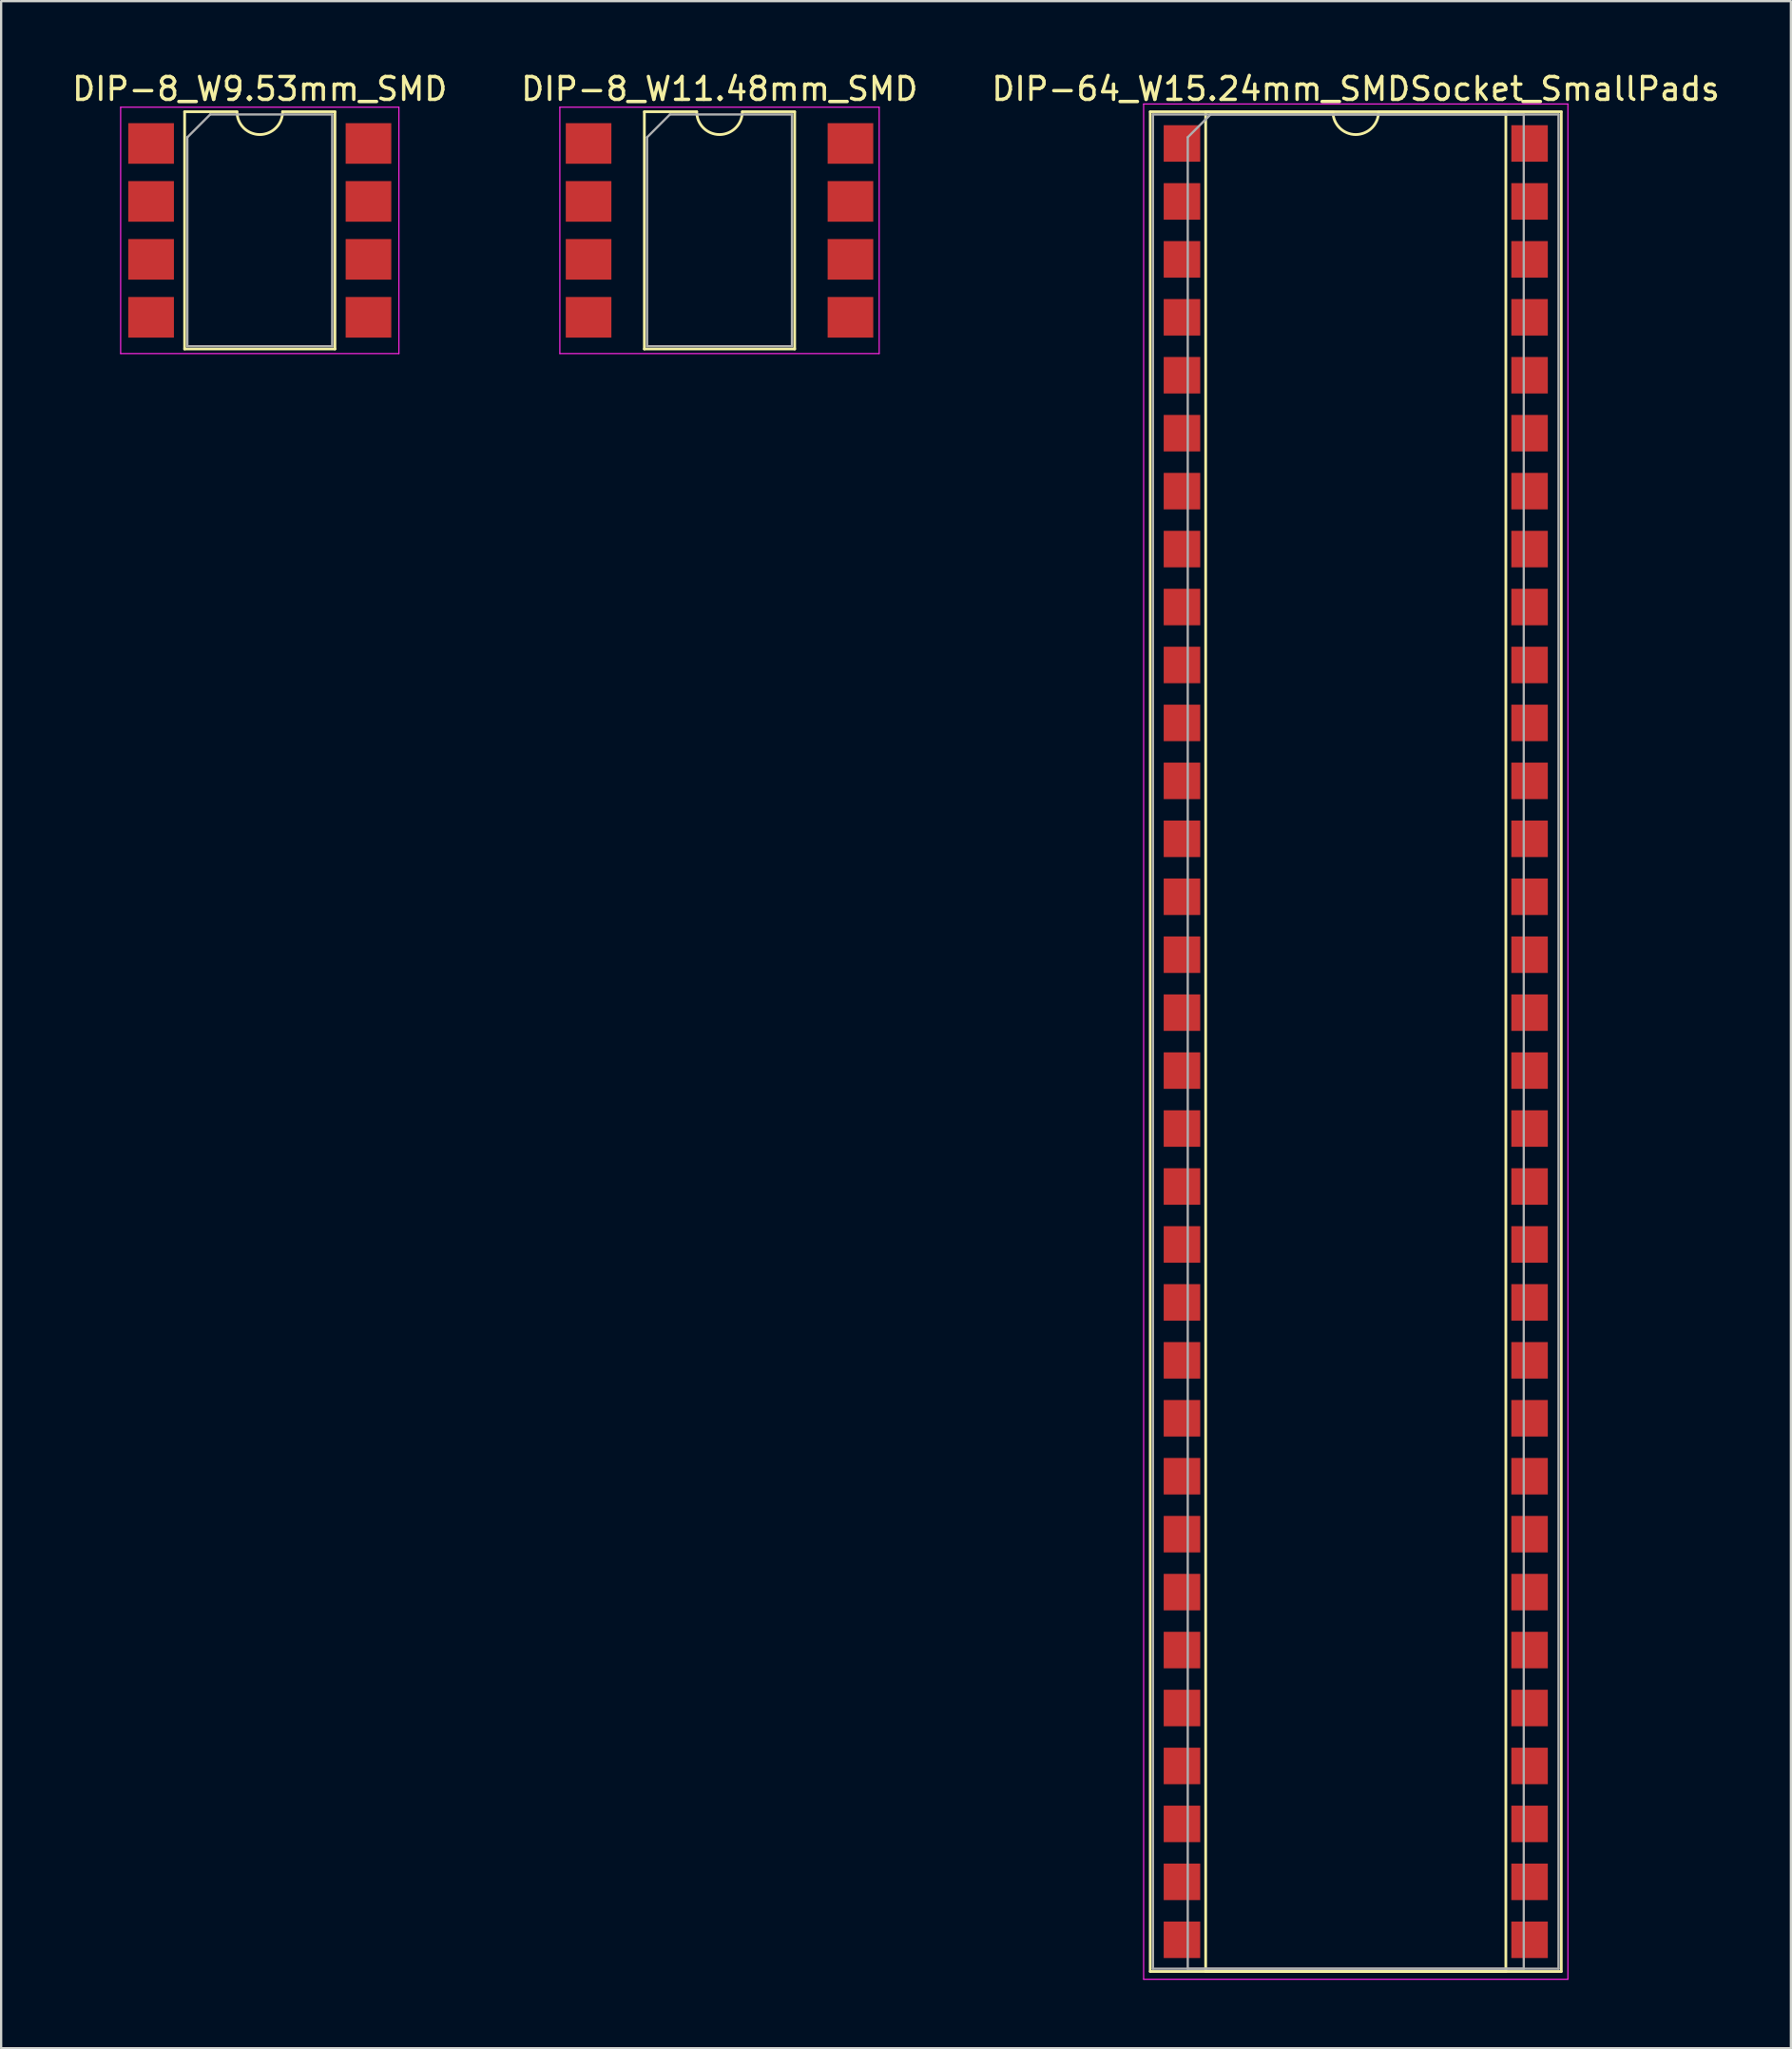
<source format=kicad_pcb>
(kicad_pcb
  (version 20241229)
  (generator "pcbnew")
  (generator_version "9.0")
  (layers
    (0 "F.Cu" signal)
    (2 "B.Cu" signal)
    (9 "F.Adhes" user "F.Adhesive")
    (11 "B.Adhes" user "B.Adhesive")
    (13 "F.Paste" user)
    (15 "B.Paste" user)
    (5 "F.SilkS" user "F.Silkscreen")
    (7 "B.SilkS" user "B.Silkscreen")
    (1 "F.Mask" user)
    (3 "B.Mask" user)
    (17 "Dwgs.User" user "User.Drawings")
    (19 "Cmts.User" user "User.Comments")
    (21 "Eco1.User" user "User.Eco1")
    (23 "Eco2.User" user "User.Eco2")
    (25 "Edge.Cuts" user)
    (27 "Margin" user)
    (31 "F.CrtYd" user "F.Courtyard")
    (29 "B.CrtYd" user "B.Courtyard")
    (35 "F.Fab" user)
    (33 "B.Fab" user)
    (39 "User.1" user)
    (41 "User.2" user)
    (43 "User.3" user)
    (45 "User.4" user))
  (footprint "DIP-8_W9.53mm_SMD"
    (layer "F.Cu")
    (at 8.339 7.048)
    (property "Reference" "DIP-8_W9.53mm_SMD" (at 0 -6.2 0) (layer "F.SilkS") (effects (font (size 1 1) (thickness 0.15))))
    (attr smd)
    (fp_line (start -3.295 -5.2) (end -3.295 5.2) (stroke (width 0.12) (type solid)) (layer "F.SilkS"))
    (fp_line (start -3.295 5.2) (end 3.295 5.2) (stroke (width 0.12) (type solid)) (layer "F.SilkS"))
    (fp_line (start -1 -5.2) (end -3.295 -5.2) (stroke (width 0.12) (type solid)) (layer "F.SilkS"))
    (fp_line (start 3.295 -5.2) (end 1 -5.2) (stroke (width 0.12) (type solid)) (layer "F.SilkS"))
    (fp_line (start 3.295 5.2) (end 3.295 -5.2) (stroke (width 0.12) (type solid)) (layer "F.SilkS"))
    (fp_arc (start 1 -5.2) (mid 0 -4.2) (end -1 -5.2) (stroke (width 0.12) (type solid)) (layer "F.SilkS"))
    (fp_line (start -6.1 -5.4) (end -6.1 5.4) (stroke (width 0.05) (type solid)) (layer "F.CrtYd"))
    (fp_line (start -6.1 5.4) (end 6.1 5.4) (stroke (width 0.05) (type solid)) (layer "F.CrtYd"))
    (fp_line (start 6.1 -5.4) (end -6.1 -5.4) (stroke (width 0.05) (type solid)) (layer "F.CrtYd"))
    (fp_line (start 6.1 5.4) (end 6.1 -5.4) (stroke (width 0.05) (type solid)) (layer "F.CrtYd"))
    (fp_line (start -3.175 -4.08) (end -2.175 -5.08) (stroke (width 0.1) (type solid)) (layer "F.Fab"))
    (fp_line (start -3.175 5.08) (end -3.175 -4.08) (stroke (width 0.1) (type solid)) (layer "F.Fab"))
    (fp_line (start -2.175 -5.08) (end 3.175 -5.08) (stroke (width 0.1) (type solid)) (layer "F.Fab"))
    (fp_line (start 3.175 -5.08) (end 3.175 5.08) (stroke (width 0.1) (type solid)) (layer "F.Fab"))
    (fp_line (start 3.175 5.08) (end -3.175 5.08) (stroke (width 0.1) (type solid)) (layer "F.Fab"))
    (pad "1" smd rect (at -4.765 -3.81) (size 2 1.78) (layers "F.Cu" "F.Mask"))
    (pad "2" smd rect (at -4.765 -1.27) (size 2 1.78) (layers "F.Cu" "F.Mask"))
    (pad "3" smd rect (at -4.765 1.27) (size 2 1.78) (layers "F.Cu" "F.Mask"))
    (pad "4" smd rect (at -4.765 3.81) (size 2 1.78) (layers "F.Cu" "F.Mask"))
    (pad "5" smd rect (at 4.765 3.81) (size 2 1.78) (layers "F.Cu" "F.Mask"))
    (pad "6" smd rect (at 4.765 1.27) (size 2 1.78) (layers "F.Cu" "F.Mask"))
    (pad "7" smd rect (at 4.765 -1.27) (size 2 1.78) (layers "F.Cu" "F.Mask"))
    (pad "8" smd rect (at 4.765 -3.81) (size 2 1.78) (layers "F.Cu" "F.Mask")))
  (footprint "DIP-64_W15.24mm_SMDSocket_SmallPads"
    (layer "F.Cu")
    (at 56.387 42.608)
    (property "Reference" "DIP-64_W15.24mm_SMDSocket_SmallPads" (at 0 -41.76 0) (layer "F.SilkS") (effects (font (size 1 1) (thickness 0.15))))
    (attr smd)
    (fp_line (start -9.01 -40.76) (end -9.01 40.76) (stroke (width 0.12) (type solid)) (layer "F.SilkS"))
    (fp_line (start -9.01 40.76) (end 9.01 40.76) (stroke (width 0.12) (type solid)) (layer "F.SilkS"))
    (fp_line (start -6.58 -40.76) (end -6.58 40.76) (stroke (width 0.12) (type solid)) (layer "F.SilkS"))
    (fp_line (start -6.58 40.76) (end 6.58 40.76) (stroke (width 0.12) (type solid)) (layer "F.SilkS"))
    (fp_line (start -1 -40.76) (end -6.58 -40.76) (stroke (width 0.12) (type solid)) (layer "F.SilkS"))
    (fp_line (start 6.58 -40.76) (end 1 -40.76) (stroke (width 0.12) (type solid)) (layer "F.SilkS"))
    (fp_line (start 6.58 40.76) (end 6.58 -40.76) (stroke (width 0.12) (type solid)) (layer "F.SilkS"))
    (fp_line (start 9.01 -40.76) (end -9.01 -40.76) (stroke (width 0.12) (type solid)) (layer "F.SilkS"))
    (fp_line (start 9.01 40.76) (end 9.01 -40.76) (stroke (width 0.12) (type solid)) (layer "F.SilkS"))
    (fp_arc (start 1 -40.76) (mid 0 -39.76) (end -1 -40.76) (stroke (width 0.12) (type solid)) (layer "F.SilkS"))
    (fp_line (start -9.3 -41.1) (end -9.3 41.1) (stroke (width 0.05) (type solid)) (layer "F.CrtYd"))
    (fp_line (start -9.3 41.1) (end 9.3 41.1) (stroke (width 0.05) (type solid)) (layer "F.CrtYd"))
    (fp_line (start 9.3 -41.1) (end -9.3 -41.1) (stroke (width 0.05) (type solid)) (layer "F.CrtYd"))
    (fp_line (start 9.3 41.1) (end 9.3 -41.1) (stroke (width 0.05) (type solid)) (layer "F.CrtYd"))
    (fp_line (start -8.89 -40.64) (end -8.89 40.64) (stroke (width 0.1) (type solid)) (layer "F.Fab"))
    (fp_line (start -8.89 40.64) (end 8.89 40.64) (stroke (width 0.1) (type solid)) (layer "F.Fab"))
    (fp_line (start -7.365 -39.64) (end -6.365 -40.64) (stroke (width 0.1) (type solid)) (layer "F.Fab"))
    (fp_line (start -7.365 40.64) (end -7.365 -39.64) (stroke (width 0.1) (type solid)) (layer "F.Fab"))
    (fp_line (start -6.365 -40.64) (end 7.365 -40.64) (stroke (width 0.1) (type solid)) (layer "F.Fab"))
    (fp_line (start 7.365 -40.64) (end 7.365 40.64) (stroke (width 0.1) (type solid)) (layer "F.Fab"))
    (fp_line (start 7.365 40.64) (end -7.365 40.64) (stroke (width 0.1) (type solid)) (layer "F.Fab"))
    (fp_line (start 8.89 -40.64) (end -8.89 -40.64) (stroke (width 0.1) (type solid)) (layer "F.Fab"))
    (fp_line (start 8.89 40.64) (end 8.89 -40.64) (stroke (width 0.1) (type solid)) (layer "F.Fab"))
    (pad "1" smd rect (at -7.62 -39.37) (size 1.6 1.6) (layers "F.Cu" "F.Mask"))
    (pad "2" smd rect (at -7.62 -36.83) (size 1.6 1.6) (layers "F.Cu" "F.Mask"))
    (pad "3" smd rect (at -7.62 -34.29) (size 1.6 1.6) (layers "F.Cu" "F.Mask"))
    (pad "4" smd rect (at -7.62 -31.75) (size 1.6 1.6) (layers "F.Cu" "F.Mask"))
    (pad "5" smd rect (at -7.62 -29.21) (size 1.6 1.6) (layers "F.Cu" "F.Mask"))
    (pad "6" smd rect (at -7.62 -26.67) (size 1.6 1.6) (layers "F.Cu" "F.Mask"))
    (pad "7" smd rect (at -7.62 -24.13) (size 1.6 1.6) (layers "F.Cu" "F.Mask"))
    (pad "8" smd rect (at -7.62 -21.59) (size 1.6 1.6) (layers "F.Cu" "F.Mask"))
    (pad "9" smd rect (at -7.62 -19.05) (size 1.6 1.6) (layers "F.Cu" "F.Mask"))
    (pad "10" smd rect (at -7.62 -16.51) (size 1.6 1.6) (layers "F.Cu" "F.Mask"))
    (pad "11" smd rect (at -7.62 -13.97) (size 1.6 1.6) (layers "F.Cu" "F.Mask"))
    (pad "12" smd rect (at -7.62 -11.43) (size 1.6 1.6) (layers "F.Cu" "F.Mask"))
    (pad "13" smd rect (at -7.62 -8.89) (size 1.6 1.6) (layers "F.Cu" "F.Mask"))
    (pad "14" smd rect (at -7.62 -6.35) (size 1.6 1.6) (layers "F.Cu" "F.Mask"))
    (pad "15" smd rect (at -7.62 -3.81) (size 1.6 1.6) (layers "F.Cu" "F.Mask"))
    (pad "16" smd rect (at -7.62 -1.27) (size 1.6 1.6) (layers "F.Cu" "F.Mask"))
    (pad "17" smd rect (at -7.62 1.27) (size 1.6 1.6) (layers "F.Cu" "F.Mask"))
    (pad "18" smd rect (at -7.62 3.81) (size 1.6 1.6) (layers "F.Cu" "F.Mask"))
    (pad "19" smd rect (at -7.62 6.35) (size 1.6 1.6) (layers "F.Cu" "F.Mask"))
    (pad "20" smd rect (at -7.62 8.89) (size 1.6 1.6) (layers "F.Cu" "F.Mask"))
    (pad "21" smd rect (at -7.62 11.43) (size 1.6 1.6) (layers "F.Cu" "F.Mask"))
    (pad "22" smd rect (at -7.62 13.97) (size 1.6 1.6) (layers "F.Cu" "F.Mask"))
    (pad "23" smd rect (at -7.62 16.51) (size 1.6 1.6) (layers "F.Cu" "F.Mask"))
    (pad "24" smd rect (at -7.62 19.05) (size 1.6 1.6) (layers "F.Cu" "F.Mask"))
    (pad "25" smd rect (at -7.62 21.59) (size 1.6 1.6) (layers "F.Cu" "F.Mask"))
    (pad "26" smd rect (at -7.62 24.13) (size 1.6 1.6) (layers "F.Cu" "F.Mask"))
    (pad "27" smd rect (at -7.62 26.67) (size 1.6 1.6) (layers "F.Cu" "F.Mask"))
    (pad "28" smd rect (at -7.62 29.21) (size 1.6 1.6) (layers "F.Cu" "F.Mask"))
    (pad "29" smd rect (at -7.62 31.75) (size 1.6 1.6) (layers "F.Cu" "F.Mask"))
    (pad "30" smd rect (at -7.62 34.29) (size 1.6 1.6) (layers "F.Cu" "F.Mask"))
    (pad "31" smd rect (at -7.62 36.83) (size 1.6 1.6) (layers "F.Cu" "F.Mask"))
    (pad "32" smd rect (at -7.62 39.37) (size 1.6 1.6) (layers "F.Cu" "F.Mask"))
    (pad "33" smd rect (at 7.62 39.37) (size 1.6 1.6) (layers "F.Cu" "F.Mask"))
    (pad "34" smd rect (at 7.62 36.83) (size 1.6 1.6) (layers "F.Cu" "F.Mask"))
    (pad "35" smd rect (at 7.62 34.29) (size 1.6 1.6) (layers "F.Cu" "F.Mask"))
    (pad "36" smd rect (at 7.62 31.75) (size 1.6 1.6) (layers "F.Cu" "F.Mask"))
    (pad "37" smd rect (at 7.62 29.21) (size 1.6 1.6) (layers "F.Cu" "F.Mask"))
    (pad "38" smd rect (at 7.62 26.67) (size 1.6 1.6) (layers "F.Cu" "F.Mask"))
    (pad "39" smd rect (at 7.62 24.13) (size 1.6 1.6) (layers "F.Cu" "F.Mask"))
    (pad "40" smd rect (at 7.62 21.59) (size 1.6 1.6) (layers "F.Cu" "F.Mask"))
    (pad "41" smd rect (at 7.62 19.05) (size 1.6 1.6) (layers "F.Cu" "F.Mask"))
    (pad "42" smd rect (at 7.62 16.51) (size 1.6 1.6) (layers "F.Cu" "F.Mask"))
    (pad "43" smd rect (at 7.62 13.97) (size 1.6 1.6) (layers "F.Cu" "F.Mask"))
    (pad "44" smd rect (at 7.62 11.43) (size 1.6 1.6) (layers "F.Cu" "F.Mask"))
    (pad "45" smd rect (at 7.62 8.89) (size 1.6 1.6) (layers "F.Cu" "F.Mask"))
    (pad "46" smd rect (at 7.62 6.35) (size 1.6 1.6) (layers "F.Cu" "F.Mask"))
    (pad "47" smd rect (at 7.62 3.81) (size 1.6 1.6) (layers "F.Cu" "F.Mask"))
    (pad "48" smd rect (at 7.62 1.27) (size 1.6 1.6) (layers "F.Cu" "F.Mask"))
    (pad "49" smd rect (at 7.62 -1.27) (size 1.6 1.6) (layers "F.Cu" "F.Mask"))
    (pad "50" smd rect (at 7.62 -3.81) (size 1.6 1.6) (layers "F.Cu" "F.Mask"))
    (pad "51" smd rect (at 7.62 -6.35) (size 1.6 1.6) (layers "F.Cu" "F.Mask"))
    (pad "52" smd rect (at 7.62 -8.89) (size 1.6 1.6) (layers "F.Cu" "F.Mask"))
    (pad "53" smd rect (at 7.62 -11.43) (size 1.6 1.6) (layers "F.Cu" "F.Mask"))
    (pad "54" smd rect (at 7.62 -13.97) (size 1.6 1.6) (layers "F.Cu" "F.Mask"))
    (pad "55" smd rect (at 7.62 -16.51) (size 1.6 1.6) (layers "F.Cu" "F.Mask"))
    (pad "56" smd rect (at 7.62 -19.05) (size 1.6 1.6) (layers "F.Cu" "F.Mask"))
    (pad "57" smd rect (at 7.62 -21.59) (size 1.6 1.6) (layers "F.Cu" "F.Mask"))
    (pad "58" smd rect (at 7.62 -24.13) (size 1.6 1.6) (layers "F.Cu" "F.Mask"))
    (pad "59" smd rect (at 7.62 -26.67) (size 1.6 1.6) (layers "F.Cu" "F.Mask"))
    (pad "60" smd rect (at 7.62 -29.21) (size 1.6 1.6) (layers "F.Cu" "F.Mask"))
    (pad "61" smd rect (at 7.62 -31.75) (size 1.6 1.6) (layers "F.Cu" "F.Mask"))
    (pad "62" smd rect (at 7.62 -34.29) (size 1.6 1.6) (layers "F.Cu" "F.Mask"))
    (pad "63" smd rect (at 7.62 -36.83) (size 1.6 1.6) (layers "F.Cu" "F.Mask"))
    (pad "64" smd rect (at 7.62 -39.37) (size 1.6 1.6) (layers "F.Cu" "F.Mask")))
  (footprint "DIP-8_W11.48mm_SMD"
    (layer "F.Cu")
    (at 28.494 7.048)
    (property "Reference" "DIP-8_W11.48mm_SMD" (at 0 -6.2 0) (layer "F.SilkS") (effects (font (size 1 1) (thickness 0.15))))
    (attr smd)
    (fp_line (start -3.295 -5.2) (end -3.295 5.2) (stroke (width 0.12) (type solid)) (layer "F.SilkS"))
    (fp_line (start -3.295 5.2) (end 3.295 5.2) (stroke (width 0.12) (type solid)) (layer "F.SilkS"))
    (fp_line (start -1 -5.2) (end -3.295 -5.2) (stroke (width 0.12) (type solid)) (layer "F.SilkS"))
    (fp_line (start 3.295 -5.2) (end 1 -5.2) (stroke (width 0.12) (type solid)) (layer "F.SilkS"))
    (fp_line (start 3.295 5.2) (end 3.295 -5.2) (stroke (width 0.12) (type solid)) (layer "F.SilkS"))
    (fp_arc (start 1 -5.2) (mid 0 -4.2) (end -1 -5.2) (stroke (width 0.12) (type solid)) (layer "F.SilkS"))
    (fp_line (start -7 -5.4) (end -7 5.4) (stroke (width 0.05) (type solid)) (layer "F.CrtYd"))
    (fp_line (start -7 5.4) (end 7 5.4) (stroke (width 0.05) (type solid)) (layer "F.CrtYd"))
    (fp_line (start 7 -5.4) (end -7 -5.4) (stroke (width 0.05) (type solid)) (layer "F.CrtYd"))
    (fp_line (start 7 5.4) (end 7 -5.4) (stroke (width 0.05) (type solid)) (layer "F.CrtYd"))
    (fp_line (start -3.175 -4.08) (end -2.175 -5.08) (stroke (width 0.1) (type solid)) (layer "F.Fab"))
    (fp_line (start -3.175 5.08) (end -3.175 -4.08) (stroke (width 0.1) (type solid)) (layer "F.Fab"))
    (fp_line (start -2.175 -5.08) (end 3.175 -5.08) (stroke (width 0.1) (type solid)) (layer "F.Fab"))
    (fp_line (start 3.175 -5.08) (end 3.175 5.08) (stroke (width 0.1) (type solid)) (layer "F.Fab"))
    (fp_line (start 3.175 5.08) (end -3.175 5.08) (stroke (width 0.1) (type solid)) (layer "F.Fab"))
    (pad "1" smd rect (at -5.74 -3.81) (size 2 1.78) (layers "F.Cu" "F.Mask"))
    (pad "2" smd rect (at -5.74 -1.27) (size 2 1.78) (layers "F.Cu" "F.Mask"))
    (pad "3" smd rect (at -5.74 1.27) (size 2 1.78) (layers "F.Cu" "F.Mask"))
    (pad "4" smd rect (at -5.74 3.81) (size 2 1.78) (layers "F.Cu" "F.Mask"))
    (pad "5" smd rect (at 5.74 3.81) (size 2 1.78) (layers "F.Cu" "F.Mask"))
    (pad "6" smd rect (at 5.74 1.27) (size 2 1.78) (layers "F.Cu" "F.Mask"))
    (pad "7" smd rect (at 5.74 -1.27) (size 2 1.78) (layers "F.Cu" "F.Mask"))
    (pad "8" smd rect (at 5.74 -3.81) (size 2 1.78) (layers "F.Cu" "F.Mask")))
  (gr_rect
    (start -3 -3)
    (end 75.464 86.733)
    (stroke (width 0.1) (type default))
    (fill no)
    (layer "Edge.Cuts")))
</source>
